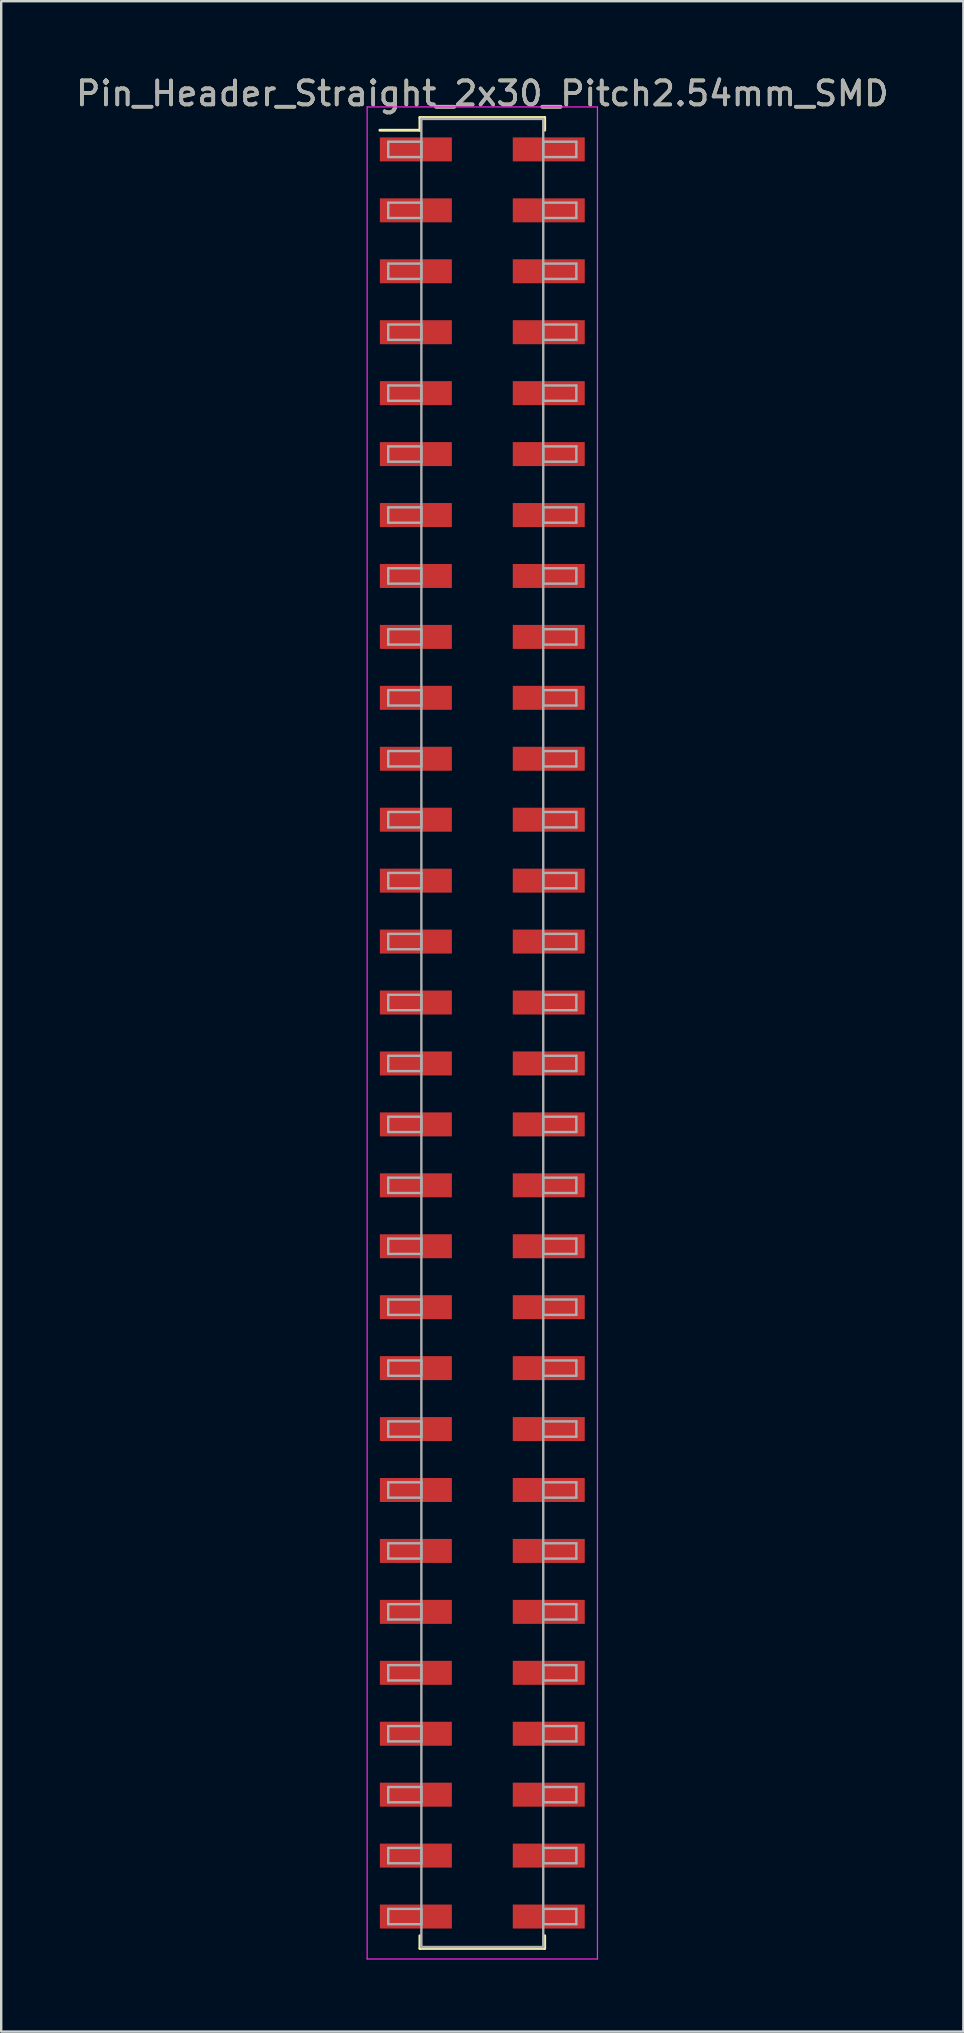
<source format=kicad_pcb>
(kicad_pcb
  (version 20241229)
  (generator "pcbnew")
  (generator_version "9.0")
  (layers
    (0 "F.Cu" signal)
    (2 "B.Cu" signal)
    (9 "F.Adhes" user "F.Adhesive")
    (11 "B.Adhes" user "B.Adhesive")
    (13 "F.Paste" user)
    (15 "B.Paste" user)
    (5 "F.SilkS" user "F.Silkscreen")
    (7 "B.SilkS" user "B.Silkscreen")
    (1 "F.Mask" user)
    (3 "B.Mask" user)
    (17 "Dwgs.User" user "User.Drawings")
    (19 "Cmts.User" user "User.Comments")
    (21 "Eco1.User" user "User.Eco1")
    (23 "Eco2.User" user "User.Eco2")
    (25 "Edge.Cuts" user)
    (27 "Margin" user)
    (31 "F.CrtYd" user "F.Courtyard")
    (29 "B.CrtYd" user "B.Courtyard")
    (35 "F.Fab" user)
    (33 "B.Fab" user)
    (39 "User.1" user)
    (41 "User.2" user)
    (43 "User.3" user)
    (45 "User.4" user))
  (footprint "Pin_Header_Straight_2x30_Pitch2.54mm_SMD"
    (layer "F.Cu")
    (at 17.054 40.008)
    (property "Reference" "Pin_Header_Straight_2x30_Pitch2.54mm_SMD" (at 0 -39.16 0) (layer "F.SilkS") (effects (font (size 1 1) (thickness 0.15))))
    (attr smd)
    (fp_line (start -4.27 -37.63) (end -2.6 -37.63) (stroke (width 0.12) (type solid)) (layer "F.SilkS"))
    (fp_line (start -2.6 -38.16) (end 2.6 -38.16) (stroke (width 0.12) (type solid)) (layer "F.SilkS"))
    (fp_line (start -2.6 -37.63) (end -2.6 -38.16) (stroke (width 0.12) (type solid)) (layer "F.SilkS"))
    (fp_line (start -2.6 37.63) (end -2.6 38.16) (stroke (width 0.12) (type solid)) (layer "F.SilkS"))
    (fp_line (start -2.6 38.16) (end 2.6 38.16) (stroke (width 0.12) (type solid)) (layer "F.SilkS"))
    (fp_line (start 2.6 -38.16) (end 2.6 -37.63) (stroke (width 0.12) (type solid)) (layer "F.SilkS"))
    (fp_line (start 2.6 38.16) (end 2.6 37.63) (stroke (width 0.12) (type solid)) (layer "F.SilkS"))
    (fp_line (start -4.8 -38.6) (end -4.8 38.6) (stroke (width 0.05) (type solid)) (layer "F.CrtYd"))
    (fp_line (start -4.8 38.6) (end 4.8 38.6) (stroke (width 0.05) (type solid)) (layer "F.CrtYd"))
    (fp_line (start 4.8 -38.6) (end -4.8 -38.6) (stroke (width 0.05) (type solid)) (layer "F.CrtYd"))
    (fp_line (start 4.8 38.6) (end 4.8 -38.6) (stroke (width 0.05) (type solid)) (layer "F.CrtYd"))
    (fp_line (start -3.92 -37.15) (end -2.54 -37.15) (stroke (width 0.1) (type solid)) (layer "F.Fab"))
    (fp_line (start -3.92 -36.51) (end -3.92 -37.15) (stroke (width 0.1) (type solid)) (layer "F.Fab"))
    (fp_line (start -3.92 -34.61) (end -2.54 -34.61) (stroke (width 0.1) (type solid)) (layer "F.Fab"))
    (fp_line (start -3.92 -33.97) (end -3.92 -34.61) (stroke (width 0.1) (type solid)) (layer "F.Fab"))
    (fp_line (start -3.92 -32.07) (end -2.54 -32.07) (stroke (width 0.1) (type solid)) (layer "F.Fab"))
    (fp_line (start -3.92 -31.43) (end -3.92 -32.07) (stroke (width 0.1) (type solid)) (layer "F.Fab"))
    (fp_line (start -3.92 -29.53) (end -2.54 -29.53) (stroke (width 0.1) (type solid)) (layer "F.Fab"))
    (fp_line (start -3.92 -28.89) (end -3.92 -29.53) (stroke (width 0.1) (type solid)) (layer "F.Fab"))
    (fp_line (start -3.92 -26.99) (end -2.54 -26.99) (stroke (width 0.1) (type solid)) (layer "F.Fab"))
    (fp_line (start -3.92 -26.35) (end -3.92 -26.99) (stroke (width 0.1) (type solid)) (layer "F.Fab"))
    (fp_line (start -3.92 -24.45) (end -2.54 -24.45) (stroke (width 0.1) (type solid)) (layer "F.Fab"))
    (fp_line (start -3.92 -23.81) (end -3.92 -24.45) (stroke (width 0.1) (type solid)) (layer "F.Fab"))
    (fp_line (start -3.92 -21.91) (end -2.54 -21.91) (stroke (width 0.1) (type solid)) (layer "F.Fab"))
    (fp_line (start -3.92 -21.27) (end -3.92 -21.91) (stroke (width 0.1) (type solid)) (layer "F.Fab"))
    (fp_line (start -3.92 -19.37) (end -2.54 -19.37) (stroke (width 0.1) (type solid)) (layer "F.Fab"))
    (fp_line (start -3.92 -18.73) (end -3.92 -19.37) (stroke (width 0.1) (type solid)) (layer "F.Fab"))
    (fp_line (start -3.92 -16.83) (end -2.54 -16.83) (stroke (width 0.1) (type solid)) (layer "F.Fab"))
    (fp_line (start -3.92 -16.19) (end -3.92 -16.83) (stroke (width 0.1) (type solid)) (layer "F.Fab"))
    (fp_line (start -3.92 -14.29) (end -2.54 -14.29) (stroke (width 0.1) (type solid)) (layer "F.Fab"))
    (fp_line (start -3.92 -13.65) (end -3.92 -14.29) (stroke (width 0.1) (type solid)) (layer "F.Fab"))
    (fp_line (start -3.92 -11.75) (end -2.54 -11.75) (stroke (width 0.1) (type solid)) (layer "F.Fab"))
    (fp_line (start -3.92 -11.11) (end -3.92 -11.75) (stroke (width 0.1) (type solid)) (layer "F.Fab"))
    (fp_line (start -3.92 -9.21) (end -2.54 -9.21) (stroke (width 0.1) (type solid)) (layer "F.Fab"))
    (fp_line (start -3.92 -8.57) (end -3.92 -9.21) (stroke (width 0.1) (type solid)) (layer "F.Fab"))
    (fp_line (start -3.92 -6.67) (end -2.54 -6.67) (stroke (width 0.1) (type solid)) (layer "F.Fab"))
    (fp_line (start -3.92 -6.03) (end -3.92 -6.67) (stroke (width 0.1) (type solid)) (layer "F.Fab"))
    (fp_line (start -3.92 -4.13) (end -2.54 -4.13) (stroke (width 0.1) (type solid)) (layer "F.Fab"))
    (fp_line (start -3.92 -3.49) (end -3.92 -4.13) (stroke (width 0.1) (type solid)) (layer "F.Fab"))
    (fp_line (start -3.92 -1.59) (end -2.54 -1.59) (stroke (width 0.1) (type solid)) (layer "F.Fab"))
    (fp_line (start -3.92 -0.95) (end -3.92 -1.59) (stroke (width 0.1) (type solid)) (layer "F.Fab"))
    (fp_line (start -3.92 0.95) (end -2.54 0.95) (stroke (width 0.1) (type solid)) (layer "F.Fab"))
    (fp_line (start -3.92 1.59) (end -3.92 0.95) (stroke (width 0.1) (type solid)) (layer "F.Fab"))
    (fp_line (start -3.92 3.49) (end -2.54 3.49) (stroke (width 0.1) (type solid)) (layer "F.Fab"))
    (fp_line (start -3.92 4.13) (end -3.92 3.49) (stroke (width 0.1) (type solid)) (layer "F.Fab"))
    (fp_line (start -3.92 6.03) (end -2.54 6.03) (stroke (width 0.1) (type solid)) (layer "F.Fab"))
    (fp_line (start -3.92 6.67) (end -3.92 6.03) (stroke (width 0.1) (type solid)) (layer "F.Fab"))
    (fp_line (start -3.92 8.57) (end -2.54 8.57) (stroke (width 0.1) (type solid)) (layer "F.Fab"))
    (fp_line (start -3.92 9.21) (end -3.92 8.57) (stroke (width 0.1) (type solid)) (layer "F.Fab"))
    (fp_line (start -3.92 11.11) (end -2.54 11.11) (stroke (width 0.1) (type solid)) (layer "F.Fab"))
    (fp_line (start -3.92 11.75) (end -3.92 11.11) (stroke (width 0.1) (type solid)) (layer "F.Fab"))
    (fp_line (start -3.92 13.65) (end -2.54 13.65) (stroke (width 0.1) (type solid)) (layer "F.Fab"))
    (fp_line (start -3.92 14.29) (end -3.92 13.65) (stroke (width 0.1) (type solid)) (layer "F.Fab"))
    (fp_line (start -3.92 16.19) (end -2.54 16.19) (stroke (width 0.1) (type solid)) (layer "F.Fab"))
    (fp_line (start -3.92 16.83) (end -3.92 16.19) (stroke (width 0.1) (type solid)) (layer "F.Fab"))
    (fp_line (start -3.92 18.73) (end -2.54 18.73) (stroke (width 0.1) (type solid)) (layer "F.Fab"))
    (fp_line (start -3.92 19.37) (end -3.92 18.73) (stroke (width 0.1) (type solid)) (layer "F.Fab"))
    (fp_line (start -3.92 21.27) (end -2.54 21.27) (stroke (width 0.1) (type solid)) (layer "F.Fab"))
    (fp_line (start -3.92 21.91) (end -3.92 21.27) (stroke (width 0.1) (type solid)) (layer "F.Fab"))
    (fp_line (start -3.92 23.81) (end -2.54 23.81) (stroke (width 0.1) (type solid)) (layer "F.Fab"))
    (fp_line (start -3.92 24.45) (end -3.92 23.81) (stroke (width 0.1) (type solid)) (layer "F.Fab"))
    (fp_line (start -3.92 26.35) (end -2.54 26.35) (stroke (width 0.1) (type solid)) (layer "F.Fab"))
    (fp_line (start -3.92 26.99) (end -3.92 26.35) (stroke (width 0.1) (type solid)) (layer "F.Fab"))
    (fp_line (start -3.92 28.89) (end -2.54 28.89) (stroke (width 0.1) (type solid)) (layer "F.Fab"))
    (fp_line (start -3.92 29.53) (end -3.92 28.89) (stroke (width 0.1) (type solid)) (layer "F.Fab"))
    (fp_line (start -3.92 31.43) (end -2.54 31.43) (stroke (width 0.1) (type solid)) (layer "F.Fab"))
    (fp_line (start -3.92 32.07) (end -3.92 31.43) (stroke (width 0.1) (type solid)) (layer "F.Fab"))
    (fp_line (start -3.92 33.97) (end -2.54 33.97) (stroke (width 0.1) (type solid)) (layer "F.Fab"))
    (fp_line (start -3.92 34.61) (end -3.92 33.97) (stroke (width 0.1) (type solid)) (layer "F.Fab"))
    (fp_line (start -3.92 36.51) (end -2.54 36.51) (stroke (width 0.1) (type solid)) (layer "F.Fab"))
    (fp_line (start -3.92 37.15) (end -3.92 36.51) (stroke (width 0.1) (type solid)) (layer "F.Fab"))
    (fp_line (start -2.54 -38.1) (end -2.54 38.1) (stroke (width 0.1) (type solid)) (layer "F.Fab"))
    (fp_line (start -2.54 -37.15) (end -2.54 -36.51) (stroke (width 0.1) (type solid)) (layer "F.Fab"))
    (fp_line (start -2.54 -36.51) (end -3.92 -36.51) (stroke (width 0.1) (type solid)) (layer "F.Fab"))
    (fp_line (start -2.54 -34.61) (end -2.54 -33.97) (stroke (width 0.1) (type solid)) (layer "F.Fab"))
    (fp_line (start -2.54 -33.97) (end -3.92 -33.97) (stroke (width 0.1) (type solid)) (layer "F.Fab"))
    (fp_line (start -2.54 -32.07) (end -2.54 -31.43) (stroke (width 0.1) (type solid)) (layer "F.Fab"))
    (fp_line (start -2.54 -31.43) (end -3.92 -31.43) (stroke (width 0.1) (type solid)) (layer "F.Fab"))
    (fp_line (start -2.54 -29.53) (end -2.54 -28.89) (stroke (width 0.1) (type solid)) (layer "F.Fab"))
    (fp_line (start -2.54 -28.89) (end -3.92 -28.89) (stroke (width 0.1) (type solid)) (layer "F.Fab"))
    (fp_line (start -2.54 -26.99) (end -2.54 -26.35) (stroke (width 0.1) (type solid)) (layer "F.Fab"))
    (fp_line (start -2.54 -26.35) (end -3.92 -26.35) (stroke (width 0.1) (type solid)) (layer "F.Fab"))
    (fp_line (start -2.54 -24.45) (end -2.54 -23.81) (stroke (width 0.1) (type solid)) (layer "F.Fab"))
    (fp_line (start -2.54 -23.81) (end -3.92 -23.81) (stroke (width 0.1) (type solid)) (layer "F.Fab"))
    (fp_line (start -2.54 -21.91) (end -2.54 -21.27) (stroke (width 0.1) (type solid)) (layer "F.Fab"))
    (fp_line (start -2.54 -21.27) (end -3.92 -21.27) (stroke (width 0.1) (type solid)) (layer "F.Fab"))
    (fp_line (start -2.54 -19.37) (end -2.54 -18.73) (stroke (width 0.1) (type solid)) (layer "F.Fab"))
    (fp_line (start -2.54 -18.73) (end -3.92 -18.73) (stroke (width 0.1) (type solid)) (layer "F.Fab"))
    (fp_line (start -2.54 -16.83) (end -2.54 -16.19) (stroke (width 0.1) (type solid)) (layer "F.Fab"))
    (fp_line (start -2.54 -16.19) (end -3.92 -16.19) (stroke (width 0.1) (type solid)) (layer "F.Fab"))
    (fp_line (start -2.54 -14.29) (end -2.54 -13.65) (stroke (width 0.1) (type solid)) (layer "F.Fab"))
    (fp_line (start -2.54 -13.65) (end -3.92 -13.65) (stroke (width 0.1) (type solid)) (layer "F.Fab"))
    (fp_line (start -2.54 -11.75) (end -2.54 -11.11) (stroke (width 0.1) (type solid)) (layer "F.Fab"))
    (fp_line (start -2.54 -11.11) (end -3.92 -11.11) (stroke (width 0.1) (type solid)) (layer "F.Fab"))
    (fp_line (start -2.54 -9.21) (end -2.54 -8.57) (stroke (width 0.1) (type solid)) (layer "F.Fab"))
    (fp_line (start -2.54 -8.57) (end -3.92 -8.57) (stroke (width 0.1) (type solid)) (layer "F.Fab"))
    (fp_line (start -2.54 -6.67) (end -2.54 -6.03) (stroke (width 0.1) (type solid)) (layer "F.Fab"))
    (fp_line (start -2.54 -6.03) (end -3.92 -6.03) (stroke (width 0.1) (type solid)) (layer "F.Fab"))
    (fp_line (start -2.54 -4.13) (end -2.54 -3.49) (stroke (width 0.1) (type solid)) (layer "F.Fab"))
    (fp_line (start -2.54 -3.49) (end -3.92 -3.49) (stroke (width 0.1) (type solid)) (layer "F.Fab"))
    (fp_line (start -2.54 -1.59) (end -2.54 -0.95) (stroke (width 0.1) (type solid)) (layer "F.Fab"))
    (fp_line (start -2.54 -0.95) (end -3.92 -0.95) (stroke (width 0.1) (type solid)) (layer "F.Fab"))
    (fp_line (start -2.54 0.95) (end -2.54 1.59) (stroke (width 0.1) (type solid)) (layer "F.Fab"))
    (fp_line (start -2.54 1.59) (end -3.92 1.59) (stroke (width 0.1) (type solid)) (layer "F.Fab"))
    (fp_line (start -2.54 3.49) (end -2.54 4.13) (stroke (width 0.1) (type solid)) (layer "F.Fab"))
    (fp_line (start -2.54 4.13) (end -3.92 4.13) (stroke (width 0.1) (type solid)) (layer "F.Fab"))
    (fp_line (start -2.54 6.03) (end -2.54 6.67) (stroke (width 0.1) (type solid)) (layer "F.Fab"))
    (fp_line (start -2.54 6.67) (end -3.92 6.67) (stroke (width 0.1) (type solid)) (layer "F.Fab"))
    (fp_line (start -2.54 8.57) (end -2.54 9.21) (stroke (width 0.1) (type solid)) (layer "F.Fab"))
    (fp_line (start -2.54 9.21) (end -3.92 9.21) (stroke (width 0.1) (type solid)) (layer "F.Fab"))
    (fp_line (start -2.54 11.11) (end -2.54 11.75) (stroke (width 0.1) (type solid)) (layer "F.Fab"))
    (fp_line (start -2.54 11.75) (end -3.92 11.75) (stroke (width 0.1) (type solid)) (layer "F.Fab"))
    (fp_line (start -2.54 13.65) (end -2.54 14.29) (stroke (width 0.1) (type solid)) (layer "F.Fab"))
    (fp_line (start -2.54 14.29) (end -3.92 14.29) (stroke (width 0.1) (type solid)) (layer "F.Fab"))
    (fp_line (start -2.54 16.19) (end -2.54 16.83) (stroke (width 0.1) (type solid)) (layer "F.Fab"))
    (fp_line (start -2.54 16.83) (end -3.92 16.83) (stroke (width 0.1) (type solid)) (layer "F.Fab"))
    (fp_line (start -2.54 18.73) (end -2.54 19.37) (stroke (width 0.1) (type solid)) (layer "F.Fab"))
    (fp_line (start -2.54 19.37) (end -3.92 19.37) (stroke (width 0.1) (type solid)) (layer "F.Fab"))
    (fp_line (start -2.54 21.27) (end -2.54 21.91) (stroke (width 0.1) (type solid)) (layer "F.Fab"))
    (fp_line (start -2.54 21.91) (end -3.92 21.91) (stroke (width 0.1) (type solid)) (layer "F.Fab"))
    (fp_line (start -2.54 23.81) (end -2.54 24.45) (stroke (width 0.1) (type solid)) (layer "F.Fab"))
    (fp_line (start -2.54 24.45) (end -3.92 24.45) (stroke (width 0.1) (type solid)) (layer "F.Fab"))
    (fp_line (start -2.54 26.35) (end -2.54 26.99) (stroke (width 0.1) (type solid)) (layer "F.Fab"))
    (fp_line (start -2.54 26.99) (end -3.92 26.99) (stroke (width 0.1) (type solid)) (layer "F.Fab"))
    (fp_line (start -2.54 28.89) (end -2.54 29.53) (stroke (width 0.1) (type solid)) (layer "F.Fab"))
    (fp_line (start -2.54 29.53) (end -3.92 29.53) (stroke (width 0.1) (type solid)) (layer "F.Fab"))
    (fp_line (start -2.54 31.43) (end -2.54 32.07) (stroke (width 0.1) (type solid)) (layer "F.Fab"))
    (fp_line (start -2.54 32.07) (end -3.92 32.07) (stroke (width 0.1) (type solid)) (layer "F.Fab"))
    (fp_line (start -2.54 33.97) (end -2.54 34.61) (stroke (width 0.1) (type solid)) (layer "F.Fab"))
    (fp_line (start -2.54 34.61) (end -3.92 34.61) (stroke (width 0.1) (type solid)) (layer "F.Fab"))
    (fp_line (start -2.54 36.51) (end -2.54 37.15) (stroke (width 0.1) (type solid)) (layer "F.Fab"))
    (fp_line (start -2.54 37.15) (end -3.92 37.15) (stroke (width 0.1) (type solid)) (layer "F.Fab"))
    (fp_line (start -2.54 38.1) (end 2.54 38.1) (stroke (width 0.1) (type solid)) (layer "F.Fab"))
    (fp_line (start 2.54 -38.1) (end -2.54 -38.1) (stroke (width 0.1) (type solid)) (layer "F.Fab"))
    (fp_line (start 2.54 -37.15) (end 2.54 -36.51) (stroke (width 0.1) (type solid)) (layer "F.Fab"))
    (fp_line (start 2.54 -36.51) (end 3.92 -36.51) (stroke (width 0.1) (type solid)) (layer "F.Fab"))
    (fp_line (start 2.54 -34.61) (end 2.54 -33.97) (stroke (width 0.1) (type solid)) (layer "F.Fab"))
    (fp_line (start 2.54 -33.97) (end 3.92 -33.97) (stroke (width 0.1) (type solid)) (layer "F.Fab"))
    (fp_line (start 2.54 -32.07) (end 2.54 -31.43) (stroke (width 0.1) (type solid)) (layer "F.Fab"))
    (fp_line (start 2.54 -31.43) (end 3.92 -31.43) (stroke (width 0.1) (type solid)) (layer "F.Fab"))
    (fp_line (start 2.54 -29.53) (end 2.54 -28.89) (stroke (width 0.1) (type solid)) (layer "F.Fab"))
    (fp_line (start 2.54 -28.89) (end 3.92 -28.89) (stroke (width 0.1) (type solid)) (layer "F.Fab"))
    (fp_line (start 2.54 -26.99) (end 2.54 -26.35) (stroke (width 0.1) (type solid)) (layer "F.Fab"))
    (fp_line (start 2.54 -26.35) (end 3.92 -26.35) (stroke (width 0.1) (type solid)) (layer "F.Fab"))
    (fp_line (start 2.54 -24.45) (end 2.54 -23.81) (stroke (width 0.1) (type solid)) (layer "F.Fab"))
    (fp_line (start 2.54 -23.81) (end 3.92 -23.81) (stroke (width 0.1) (type solid)) (layer "F.Fab"))
    (fp_line (start 2.54 -21.91) (end 2.54 -21.27) (stroke (width 0.1) (type solid)) (layer "F.Fab"))
    (fp_line (start 2.54 -21.27) (end 3.92 -21.27) (stroke (width 0.1) (type solid)) (layer "F.Fab"))
    (fp_line (start 2.54 -19.37) (end 2.54 -18.73) (stroke (width 0.1) (type solid)) (layer "F.Fab"))
    (fp_line (start 2.54 -18.73) (end 3.92 -18.73) (stroke (width 0.1) (type solid)) (layer "F.Fab"))
    (fp_line (start 2.54 -16.83) (end 2.54 -16.19) (stroke (width 0.1) (type solid)) (layer "F.Fab"))
    (fp_line (start 2.54 -16.19) (end 3.92 -16.19) (stroke (width 0.1) (type solid)) (layer "F.Fab"))
    (fp_line (start 2.54 -14.29) (end 2.54 -13.65) (stroke (width 0.1) (type solid)) (layer "F.Fab"))
    (fp_line (start 2.54 -13.65) (end 3.92 -13.65) (stroke (width 0.1) (type solid)) (layer "F.Fab"))
    (fp_line (start 2.54 -11.75) (end 2.54 -11.11) (stroke (width 0.1) (type solid)) (layer "F.Fab"))
    (fp_line (start 2.54 -11.11) (end 3.92 -11.11) (stroke (width 0.1) (type solid)) (layer "F.Fab"))
    (fp_line (start 2.54 -9.21) (end 2.54 -8.57) (stroke (width 0.1) (type solid)) (layer "F.Fab"))
    (fp_line (start 2.54 -8.57) (end 3.92 -8.57) (stroke (width 0.1) (type solid)) (layer "F.Fab"))
    (fp_line (start 2.54 -6.67) (end 2.54 -6.03) (stroke (width 0.1) (type solid)) (layer "F.Fab"))
    (fp_line (start 2.54 -6.03) (end 3.92 -6.03) (stroke (width 0.1) (type solid)) (layer "F.Fab"))
    (fp_line (start 2.54 -4.13) (end 2.54 -3.49) (stroke (width 0.1) (type solid)) (layer "F.Fab"))
    (fp_line (start 2.54 -3.49) (end 3.92 -3.49) (stroke (width 0.1) (type solid)) (layer "F.Fab"))
    (fp_line (start 2.54 -1.59) (end 2.54 -0.95) (stroke (width 0.1) (type solid)) (layer "F.Fab"))
    (fp_line (start 2.54 -0.95) (end 3.92 -0.95) (stroke (width 0.1) (type solid)) (layer "F.Fab"))
    (fp_line (start 2.54 0.95) (end 2.54 1.59) (stroke (width 0.1) (type solid)) (layer "F.Fab"))
    (fp_line (start 2.54 1.59) (end 3.92 1.59) (stroke (width 0.1) (type solid)) (layer "F.Fab"))
    (fp_line (start 2.54 3.49) (end 2.54 4.13) (stroke (width 0.1) (type solid)) (layer "F.Fab"))
    (fp_line (start 2.54 4.13) (end 3.92 4.13) (stroke (width 0.1) (type solid)) (layer "F.Fab"))
    (fp_line (start 2.54 6.03) (end 2.54 6.67) (stroke (width 0.1) (type solid)) (layer "F.Fab"))
    (fp_line (start 2.54 6.67) (end 3.92 6.67) (stroke (width 0.1) (type solid)) (layer "F.Fab"))
    (fp_line (start 2.54 8.57) (end 2.54 9.21) (stroke (width 0.1) (type solid)) (layer "F.Fab"))
    (fp_line (start 2.54 9.21) (end 3.92 9.21) (stroke (width 0.1) (type solid)) (layer "F.Fab"))
    (fp_line (start 2.54 11.11) (end 2.54 11.75) (stroke (width 0.1) (type solid)) (layer "F.Fab"))
    (fp_line (start 2.54 11.75) (end 3.92 11.75) (stroke (width 0.1) (type solid)) (layer "F.Fab"))
    (fp_line (start 2.54 13.65) (end 2.54 14.29) (stroke (width 0.1) (type solid)) (layer "F.Fab"))
    (fp_line (start 2.54 14.29) (end 3.92 14.29) (stroke (width 0.1) (type solid)) (layer "F.Fab"))
    (fp_line (start 2.54 16.19) (end 2.54 16.83) (stroke (width 0.1) (type solid)) (layer "F.Fab"))
    (fp_line (start 2.54 16.83) (end 3.92 16.83) (stroke (width 0.1) (type solid)) (layer "F.Fab"))
    (fp_line (start 2.54 18.73) (end 2.54 19.37) (stroke (width 0.1) (type solid)) (layer "F.Fab"))
    (fp_line (start 2.54 19.37) (end 3.92 19.37) (stroke (width 0.1) (type solid)) (layer "F.Fab"))
    (fp_line (start 2.54 21.27) (end 2.54 21.91) (stroke (width 0.1) (type solid)) (layer "F.Fab"))
    (fp_line (start 2.54 21.91) (end 3.92 21.91) (stroke (width 0.1) (type solid)) (layer "F.Fab"))
    (fp_line (start 2.54 23.81) (end 2.54 24.45) (stroke (width 0.1) (type solid)) (layer "F.Fab"))
    (fp_line (start 2.54 24.45) (end 3.92 24.45) (stroke (width 0.1) (type solid)) (layer "F.Fab"))
    (fp_line (start 2.54 26.35) (end 2.54 26.99) (stroke (width 0.1) (type solid)) (layer "F.Fab"))
    (fp_line (start 2.54 26.99) (end 3.92 26.99) (stroke (width 0.1) (type solid)) (layer "F.Fab"))
    (fp_line (start 2.54 28.89) (end 2.54 29.53) (stroke (width 0.1) (type solid)) (layer "F.Fab"))
    (fp_line (start 2.54 29.53) (end 3.92 29.53) (stroke (width 0.1) (type solid)) (layer "F.Fab"))
    (fp_line (start 2.54 31.43) (end 2.54 32.07) (stroke (width 0.1) (type solid)) (layer "F.Fab"))
    (fp_line (start 2.54 32.07) (end 3.92 32.07) (stroke (width 0.1) (type solid)) (layer "F.Fab"))
    (fp_line (start 2.54 33.97) (end 2.54 34.61) (stroke (width 0.1) (type solid)) (layer "F.Fab"))
    (fp_line (start 2.54 34.61) (end 3.92 34.61) (stroke (width 0.1) (type solid)) (layer "F.Fab"))
    (fp_line (start 2.54 36.51) (end 2.54 37.15) (stroke (width 0.1) (type solid)) (layer "F.Fab"))
    (fp_line (start 2.54 37.15) (end 3.92 37.15) (stroke (width 0.1) (type solid)) (layer "F.Fab"))
    (fp_line (start 2.54 38.1) (end 2.54 -38.1) (stroke (width 0.1) (type solid)) (layer "F.Fab"))
    (fp_line (start 3.92 -37.15) (end 2.54 -37.15) (stroke (width 0.1) (type solid)) (layer "F.Fab"))
    (fp_line (start 3.92 -36.51) (end 3.92 -37.15) (stroke (width 0.1) (type solid)) (layer "F.Fab"))
    (fp_line (start 3.92 -34.61) (end 2.54 -34.61) (stroke (width 0.1) (type solid)) (layer "F.Fab"))
    (fp_line (start 3.92 -33.97) (end 3.92 -34.61) (stroke (width 0.1) (type solid)) (layer "F.Fab"))
    (fp_line (start 3.92 -32.07) (end 2.54 -32.07) (stroke (width 0.1) (type solid)) (layer "F.Fab"))
    (fp_line (start 3.92 -31.43) (end 3.92 -32.07) (stroke (width 0.1) (type solid)) (layer "F.Fab"))
    (fp_line (start 3.92 -29.53) (end 2.54 -29.53) (stroke (width 0.1) (type solid)) (layer "F.Fab"))
    (fp_line (start 3.92 -28.89) (end 3.92 -29.53) (stroke (width 0.1) (type solid)) (layer "F.Fab"))
    (fp_line (start 3.92 -26.99) (end 2.54 -26.99) (stroke (width 0.1) (type solid)) (layer "F.Fab"))
    (fp_line (start 3.92 -26.35) (end 3.92 -26.99) (stroke (width 0.1) (type solid)) (layer "F.Fab"))
    (fp_line (start 3.92 -24.45) (end 2.54 -24.45) (stroke (width 0.1) (type solid)) (layer "F.Fab"))
    (fp_line (start 3.92 -23.81) (end 3.92 -24.45) (stroke (width 0.1) (type solid)) (layer "F.Fab"))
    (fp_line (start 3.92 -21.91) (end 2.54 -21.91) (stroke (width 0.1) (type solid)) (layer "F.Fab"))
    (fp_line (start 3.92 -21.27) (end 3.92 -21.91) (stroke (width 0.1) (type solid)) (layer "F.Fab"))
    (fp_line (start 3.92 -19.37) (end 2.54 -19.37) (stroke (width 0.1) (type solid)) (layer "F.Fab"))
    (fp_line (start 3.92 -18.73) (end 3.92 -19.37) (stroke (width 0.1) (type solid)) (layer "F.Fab"))
    (fp_line (start 3.92 -16.83) (end 2.54 -16.83) (stroke (width 0.1) (type solid)) (layer "F.Fab"))
    (fp_line (start 3.92 -16.19) (end 3.92 -16.83) (stroke (width 0.1) (type solid)) (layer "F.Fab"))
    (fp_line (start 3.92 -14.29) (end 2.54 -14.29) (stroke (width 0.1) (type solid)) (layer "F.Fab"))
    (fp_line (start 3.92 -13.65) (end 3.92 -14.29) (stroke (width 0.1) (type solid)) (layer "F.Fab"))
    (fp_line (start 3.92 -11.75) (end 2.54 -11.75) (stroke (width 0.1) (type solid)) (layer "F.Fab"))
    (fp_line (start 3.92 -11.11) (end 3.92 -11.75) (stroke (width 0.1) (type solid)) (layer "F.Fab"))
    (fp_line (start 3.92 -9.21) (end 2.54 -9.21) (stroke (width 0.1) (type solid)) (layer "F.Fab"))
    (fp_line (start 3.92 -8.57) (end 3.92 -9.21) (stroke (width 0.1) (type solid)) (layer "F.Fab"))
    (fp_line (start 3.92 -6.67) (end 2.54 -6.67) (stroke (width 0.1) (type solid)) (layer "F.Fab"))
    (fp_line (start 3.92 -6.03) (end 3.92 -6.67) (stroke (width 0.1) (type solid)) (layer "F.Fab"))
    (fp_line (start 3.92 -4.13) (end 2.54 -4.13) (stroke (width 0.1) (type solid)) (layer "F.Fab"))
    (fp_line (start 3.92 -3.49) (end 3.92 -4.13) (stroke (width 0.1) (type solid)) (layer "F.Fab"))
    (fp_line (start 3.92 -1.59) (end 2.54 -1.59) (stroke (width 0.1) (type solid)) (layer "F.Fab"))
    (fp_line (start 3.92 -0.95) (end 3.92 -1.59) (stroke (width 0.1) (type solid)) (layer "F.Fab"))
    (fp_line (start 3.92 0.95) (end 2.54 0.95) (stroke (width 0.1) (type solid)) (layer "F.Fab"))
    (fp_line (start 3.92 1.59) (end 3.92 0.95) (stroke (width 0.1) (type solid)) (layer "F.Fab"))
    (fp_line (start 3.92 3.49) (end 2.54 3.49) (stroke (width 0.1) (type solid)) (layer "F.Fab"))
    (fp_line (start 3.92 4.13) (end 3.92 3.49) (stroke (width 0.1) (type solid)) (layer "F.Fab"))
    (fp_line (start 3.92 6.03) (end 2.54 6.03) (stroke (width 0.1) (type solid)) (layer "F.Fab"))
    (fp_line (start 3.92 6.67) (end 3.92 6.03) (stroke (width 0.1) (type solid)) (layer "F.Fab"))
    (fp_line (start 3.92 8.57) (end 2.54 8.57) (stroke (width 0.1) (type solid)) (layer "F.Fab"))
    (fp_line (start 3.92 9.21) (end 3.92 8.57) (stroke (width 0.1) (type solid)) (layer "F.Fab"))
    (fp_line (start 3.92 11.11) (end 2.54 11.11) (stroke (width 0.1) (type solid)) (layer "F.Fab"))
    (fp_line (start 3.92 11.75) (end 3.92 11.11) (stroke (width 0.1) (type solid)) (layer "F.Fab"))
    (fp_line (start 3.92 13.65) (end 2.54 13.65) (stroke (width 0.1) (type solid)) (layer "F.Fab"))
    (fp_line (start 3.92 14.29) (end 3.92 13.65) (stroke (width 0.1) (type solid)) (layer "F.Fab"))
    (fp_line (start 3.92 16.19) (end 2.54 16.19) (stroke (width 0.1) (type solid)) (layer "F.Fab"))
    (fp_line (start 3.92 16.83) (end 3.92 16.19) (stroke (width 0.1) (type solid)) (layer "F.Fab"))
    (fp_line (start 3.92 18.73) (end 2.54 18.73) (stroke (width 0.1) (type solid)) (layer "F.Fab"))
    (fp_line (start 3.92 19.37) (end 3.92 18.73) (stroke (width 0.1) (type solid)) (layer "F.Fab"))
    (fp_line (start 3.92 21.27) (end 2.54 21.27) (stroke (width 0.1) (type solid)) (layer "F.Fab"))
    (fp_line (start 3.92 21.91) (end 3.92 21.27) (stroke (width 0.1) (type solid)) (layer "F.Fab"))
    (fp_line (start 3.92 23.81) (end 2.54 23.81) (stroke (width 0.1) (type solid)) (layer "F.Fab"))
    (fp_line (start 3.92 24.45) (end 3.92 23.81) (stroke (width 0.1) (type solid)) (layer "F.Fab"))
    (fp_line (start 3.92 26.35) (end 2.54 26.35) (stroke (width 0.1) (type solid)) (layer "F.Fab"))
    (fp_line (start 3.92 26.99) (end 3.92 26.35) (stroke (width 0.1) (type solid)) (layer "F.Fab"))
    (fp_line (start 3.92 28.89) (end 2.54 28.89) (stroke (width 0.1) (type solid)) (layer "F.Fab"))
    (fp_line (start 3.92 29.53) (end 3.92 28.89) (stroke (width 0.1) (type solid)) (layer "F.Fab"))
    (fp_line (start 3.92 31.43) (end 2.54 31.43) (stroke (width 0.1) (type solid)) (layer "F.Fab"))
    (fp_line (start 3.92 32.07) (end 3.92 31.43) (stroke (width 0.1) (type solid)) (layer "F.Fab"))
    (fp_line (start 3.92 33.97) (end 2.54 33.97) (stroke (width 0.1) (type solid)) (layer "F.Fab"))
    (fp_line (start 3.92 34.61) (end 3.92 33.97) (stroke (width 0.1) (type solid)) (layer "F.Fab"))
    (fp_line (start 3.92 36.51) (end 2.54 36.51) (stroke (width 0.1) (type solid)) (layer "F.Fab"))
    (fp_line (start 3.92 37.15) (end 3.92 36.51) (stroke (width 0.1) (type solid)) (layer "F.Fab"))
    (fp_text user "${REFERENCE}" (at 0 -39.16 0) (layer "F.Fab") (effects (font (size 1 1) (thickness 0.15))))
    (pad "1" smd rect (at -2.77 -36.83) (size 3 1) (layers "F.Cu" "F.Mask" "F.Paste"))
    (pad "2" smd rect (at 2.77 -36.83) (size 3 1) (layers "F.Cu" "F.Mask" "F.Paste"))
    (pad "3" smd rect (at -2.77 -34.29) (size 3 1) (layers "F.Cu" "F.Mask" "F.Paste"))
    (pad "4" smd rect (at 2.77 -34.29) (size 3 1) (layers "F.Cu" "F.Mask" "F.Paste"))
    (pad "5" smd rect (at -2.77 -31.75) (size 3 1) (layers "F.Cu" "F.Mask" "F.Paste"))
    (pad "6" smd rect (at 2.77 -31.75) (size 3 1) (layers "F.Cu" "F.Mask" "F.Paste"))
    (pad "7" smd rect (at -2.77 -29.21) (size 3 1) (layers "F.Cu" "F.Mask" "F.Paste"))
    (pad "8" smd rect (at 2.77 -29.21) (size 3 1) (layers "F.Cu" "F.Mask" "F.Paste"))
    (pad "9" smd rect (at -2.77 -26.67) (size 3 1) (layers "F.Cu" "F.Mask" "F.Paste"))
    (pad "10" smd rect (at 2.77 -26.67) (size 3 1) (layers "F.Cu" "F.Mask" "F.Paste"))
    (pad "11" smd rect (at -2.77 -24.13) (size 3 1) (layers "F.Cu" "F.Mask" "F.Paste"))
    (pad "12" smd rect (at 2.77 -24.13) (size 3 1) (layers "F.Cu" "F.Mask" "F.Paste"))
    (pad "13" smd rect (at -2.77 -21.59) (size 3 1) (layers "F.Cu" "F.Mask" "F.Paste"))
    (pad "14" smd rect (at 2.77 -21.59) (size 3 1) (layers "F.Cu" "F.Mask" "F.Paste"))
    (pad "15" smd rect (at -2.77 -19.05) (size 3 1) (layers "F.Cu" "F.Mask" "F.Paste"))
    (pad "16" smd rect (at 2.77 -19.05) (size 3 1) (layers "F.Cu" "F.Mask" "F.Paste"))
    (pad "17" smd rect (at -2.77 -16.51) (size 3 1) (layers "F.Cu" "F.Mask" "F.Paste"))
    (pad "18" smd rect (at 2.77 -16.51) (size 3 1) (layers "F.Cu" "F.Mask" "F.Paste"))
    (pad "19" smd rect (at -2.77 -13.97) (size 3 1) (layers "F.Cu" "F.Mask" "F.Paste"))
    (pad "20" smd rect (at 2.77 -13.97) (size 3 1) (layers "F.Cu" "F.Mask" "F.Paste"))
    (pad "21" smd rect (at -2.77 -11.43) (size 3 1) (layers "F.Cu" "F.Mask" "F.Paste"))
    (pad "22" smd rect (at 2.77 -11.43) (size 3 1) (layers "F.Cu" "F.Mask" "F.Paste"))
    (pad "23" smd rect (at -2.77 -8.89) (size 3 1) (layers "F.Cu" "F.Mask" "F.Paste"))
    (pad "24" smd rect (at 2.77 -8.89) (size 3 1) (layers "F.Cu" "F.Mask" "F.Paste"))
    (pad "25" smd rect (at -2.77 -6.35) (size 3 1) (layers "F.Cu" "F.Mask" "F.Paste"))
    (pad "26" smd rect (at 2.77 -6.35) (size 3 1) (layers "F.Cu" "F.Mask" "F.Paste"))
    (pad "27" smd rect (at -2.77 -3.81) (size 3 1) (layers "F.Cu" "F.Mask" "F.Paste"))
    (pad "28" smd rect (at 2.77 -3.81) (size 3 1) (layers "F.Cu" "F.Mask" "F.Paste"))
    (pad "29" smd rect (at -2.77 -1.27) (size 3 1) (layers "F.Cu" "F.Mask" "F.Paste"))
    (pad "30" smd rect (at 2.77 -1.27) (size 3 1) (layers "F.Cu" "F.Mask" "F.Paste"))
    (pad "31" smd rect (at -2.77 1.27) (size 3 1) (layers "F.Cu" "F.Mask" "F.Paste"))
    (pad "32" smd rect (at 2.77 1.27) (size 3 1) (layers "F.Cu" "F.Mask" "F.Paste"))
    (pad "33" smd rect (at -2.77 3.81) (size 3 1) (layers "F.Cu" "F.Mask" "F.Paste"))
    (pad "34" smd rect (at 2.77 3.81) (size 3 1) (layers "F.Cu" "F.Mask" "F.Paste"))
    (pad "35" smd rect (at -2.77 6.35) (size 3 1) (layers "F.Cu" "F.Mask" "F.Paste"))
    (pad "36" smd rect (at 2.77 6.35) (size 3 1) (layers "F.Cu" "F.Mask" "F.Paste"))
    (pad "37" smd rect (at -2.77 8.89) (size 3 1) (layers "F.Cu" "F.Mask" "F.Paste"))
    (pad "38" smd rect (at 2.77 8.89) (size 3 1) (layers "F.Cu" "F.Mask" "F.Paste"))
    (pad "39" smd rect (at -2.77 11.43) (size 3 1) (layers "F.Cu" "F.Mask" "F.Paste"))
    (pad "40" smd rect (at 2.77 11.43) (size 3 1) (layers "F.Cu" "F.Mask" "F.Paste"))
    (pad "41" smd rect (at -2.77 13.97) (size 3 1) (layers "F.Cu" "F.Mask" "F.Paste"))
    (pad "42" smd rect (at 2.77 13.97) (size 3 1) (layers "F.Cu" "F.Mask" "F.Paste"))
    (pad "43" smd rect (at -2.77 16.51) (size 3 1) (layers "F.Cu" "F.Mask" "F.Paste"))
    (pad "44" smd rect (at 2.77 16.51) (size 3 1) (layers "F.Cu" "F.Mask" "F.Paste"))
    (pad "45" smd rect (at -2.77 19.05) (size 3 1) (layers "F.Cu" "F.Mask" "F.Paste"))
    (pad "46" smd rect (at 2.77 19.05) (size 3 1) (layers "F.Cu" "F.Mask" "F.Paste"))
    (pad "47" smd rect (at -2.77 21.59) (size 3 1) (layers "F.Cu" "F.Mask" "F.Paste"))
    (pad "48" smd rect (at 2.77 21.59) (size 3 1) (layers "F.Cu" "F.Mask" "F.Paste"))
    (pad "49" smd rect (at -2.77 24.13) (size 3 1) (layers "F.Cu" "F.Mask" "F.Paste"))
    (pad "50" smd rect (at 2.77 24.13) (size 3 1) (layers "F.Cu" "F.Mask" "F.Paste"))
    (pad "51" smd rect (at -2.77 26.67) (size 3 1) (layers "F.Cu" "F.Mask" "F.Paste"))
    (pad "52" smd rect (at 2.77 26.67) (size 3 1) (layers "F.Cu" "F.Mask" "F.Paste"))
    (pad "53" smd rect (at -2.77 29.21) (size 3 1) (layers "F.Cu" "F.Mask" "F.Paste"))
    (pad "54" smd rect (at 2.77 29.21) (size 3 1) (layers "F.Cu" "F.Mask" "F.Paste"))
    (pad "55" smd rect (at -2.77 31.75) (size 3 1) (layers "F.Cu" "F.Mask" "F.Paste"))
    (pad "56" smd rect (at 2.77 31.75) (size 3 1) (layers "F.Cu" "F.Mask" "F.Paste"))
    (pad "57" smd rect (at -2.77 34.29) (size 3 1) (layers "F.Cu" "F.Mask" "F.Paste"))
    (pad "58" smd rect (at 2.77 34.29) (size 3 1) (layers "F.Cu" "F.Mask" "F.Paste"))
    (pad "59" smd rect (at -2.77 36.83) (size 3 1) (layers "F.Cu" "F.Mask" "F.Paste"))
    (pad "60" smd rect (at 2.77 36.83) (size 3 1) (layers "F.Cu" "F.Mask" "F.Paste")))
  (gr_rect
    (start -3 -3)
    (end 37.107 81.633)
    (stroke (width 0.1) (type default))
    (fill no)
    (layer "Edge.Cuts")))
</source>
